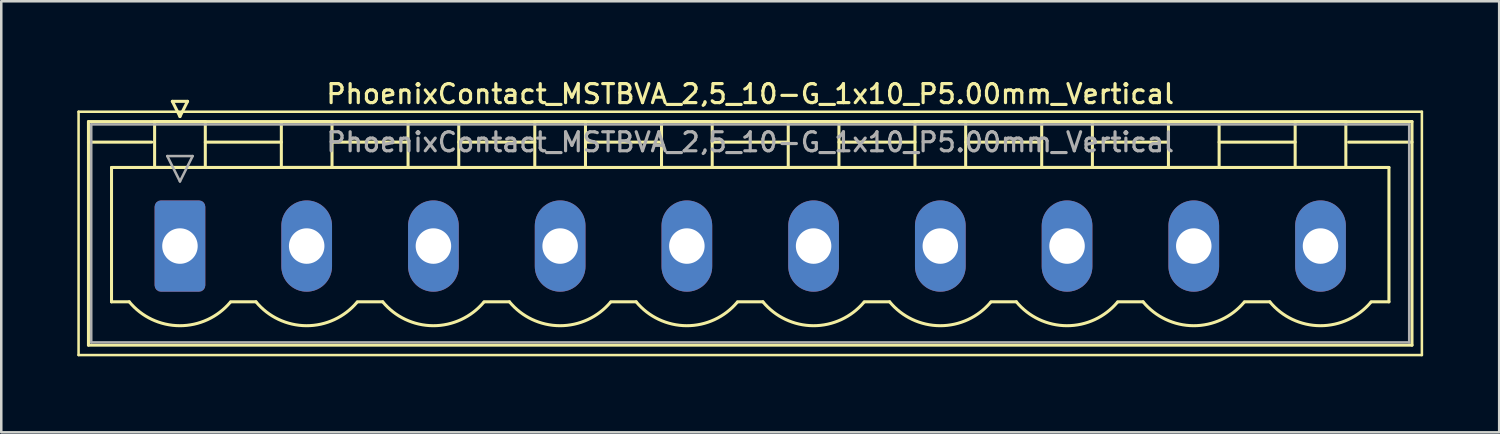
<source format=kicad_pcb>
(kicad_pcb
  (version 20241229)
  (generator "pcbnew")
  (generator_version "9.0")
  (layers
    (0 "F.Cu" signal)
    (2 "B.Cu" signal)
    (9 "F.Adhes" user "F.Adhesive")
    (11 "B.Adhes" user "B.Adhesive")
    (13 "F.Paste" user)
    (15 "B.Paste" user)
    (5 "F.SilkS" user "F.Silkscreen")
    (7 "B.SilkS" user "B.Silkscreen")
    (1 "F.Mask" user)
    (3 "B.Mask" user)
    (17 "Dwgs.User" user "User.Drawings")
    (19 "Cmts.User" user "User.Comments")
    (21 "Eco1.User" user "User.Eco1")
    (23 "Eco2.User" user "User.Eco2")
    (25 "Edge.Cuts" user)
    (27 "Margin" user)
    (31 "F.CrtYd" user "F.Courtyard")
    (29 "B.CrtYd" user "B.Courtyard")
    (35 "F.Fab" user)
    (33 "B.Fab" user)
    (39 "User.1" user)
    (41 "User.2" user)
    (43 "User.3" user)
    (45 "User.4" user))
  (footprint "PhoenixContact_MSTBVA_2,5_10-G_1x10_P5.00mm_Vertical"
    (layer "F.Cu")
    (at 4.05 6.658)
    (property "Reference" "PhoenixContact_MSTBVA_2,5_10-G_1x10_P5.00mm_Vertical" (at 22.5 -6 0) (layer "F.SilkS") (effects (font (size 0.75 0.75) (thickness 0.125))))
    (attr through_hole)
    (fp_line (start -4 -5.3) (end -4 4.3) (stroke (width 0.1) (type solid)) (layer "F.SilkS"))
    (fp_line (start -4 4.3) (end 49 4.3) (stroke (width 0.1) (type solid)) (layer "F.SilkS"))
    (fp_line (start -3.61 -4.91) (end -3.61 3.91) (stroke (width 0.12) (type solid)) (layer "F.SilkS"))
    (fp_line (start -3.61 -4.1) (end -1.11 -4.1) (stroke (width 0.12) (type solid)) (layer "F.SilkS"))
    (fp_line (start -3.61 3.91) (end 48.61 3.91) (stroke (width 0.12) (type solid)) (layer "F.SilkS"))
    (fp_line (start -2.7 -3.1) (end 47.7 -3.1) (stroke (width 0.12) (type solid)) (layer "F.SilkS"))
    (fp_line (start -2.7 2.2) (end -2.7 -3.1) (stroke (width 0.12) (type solid)) (layer "F.SilkS"))
    (fp_line (start -2 2.2) (end -2.7 2.2) (stroke (width 0.12) (type solid)) (layer "F.SilkS"))
    (fp_line (start -1 -4.91) (end 1 -4.91) (stroke (width 0.12) (type solid)) (layer "F.SilkS"))
    (fp_line (start -1 -3.1) (end -1 -4.91) (stroke (width 0.12) (type solid)) (layer "F.SilkS"))
    (fp_line (start -0.3 -5.71) (end 0.3 -5.71) (stroke (width 0.12) (type solid)) (layer "F.SilkS"))
    (fp_line (start 0 -5.11) (end -0.3 -5.71) (stroke (width 0.12) (type solid)) (layer "F.SilkS"))
    (fp_line (start 0.3 -5.71) (end 0 -5.11) (stroke (width 0.12) (type solid)) (layer "F.SilkS"))
    (fp_line (start 1 -4.91) (end 1 -3.1) (stroke (width 0.12) (type solid)) (layer "F.SilkS"))
    (fp_line (start 1 -4.1) (end 4 -4.1) (stroke (width 0.12) (type solid)) (layer "F.SilkS"))
    (fp_line (start 1 -3.1) (end -1 -3.1) (stroke (width 0.12) (type solid)) (layer "F.SilkS"))
    (fp_line (start 2 2.2) (end 3 2.2) (stroke (width 0.12) (type solid)) (layer "F.SilkS"))
    (fp_line (start 4 -4.91) (end 6 -4.91) (stroke (width 0.12) (type solid)) (layer "F.SilkS"))
    (fp_line (start 4 -3.1) (end 4 -4.91) (stroke (width 0.12) (type solid)) (layer "F.SilkS"))
    (fp_line (start 6 -4.91) (end 6 -3.1) (stroke (width 0.12) (type solid)) (layer "F.SilkS"))
    (fp_line (start 6 -4.1) (end 9 -4.1) (stroke (width 0.12) (type solid)) (layer "F.SilkS"))
    (fp_line (start 6 -3.1) (end 4 -3.1) (stroke (width 0.12) (type solid)) (layer "F.SilkS"))
    (fp_line (start 7 2.2) (end 8 2.2) (stroke (width 0.12) (type solid)) (layer "F.SilkS"))
    (fp_line (start 9 -4.91) (end 11 -4.91) (stroke (width 0.12) (type solid)) (layer "F.SilkS"))
    (fp_line (start 9 -3.1) (end 9 -4.91) (stroke (width 0.12) (type solid)) (layer "F.SilkS"))
    (fp_line (start 11 -4.91) (end 11 -3.1) (stroke (width 0.12) (type solid)) (layer "F.SilkS"))
    (fp_line (start 11 -4.1) (end 14 -4.1) (stroke (width 0.12) (type solid)) (layer "F.SilkS"))
    (fp_line (start 11 -3.1) (end 9 -3.1) (stroke (width 0.12) (type solid)) (layer "F.SilkS"))
    (fp_line (start 12 2.2) (end 13 2.2) (stroke (width 0.12) (type solid)) (layer "F.SilkS"))
    (fp_line (start 14 -4.91) (end 16 -4.91) (stroke (width 0.12) (type solid)) (layer "F.SilkS"))
    (fp_line (start 14 -3.1) (end 14 -4.91) (stroke (width 0.12) (type solid)) (layer "F.SilkS"))
    (fp_line (start 16 -4.91) (end 16 -3.1) (stroke (width 0.12) (type solid)) (layer "F.SilkS"))
    (fp_line (start 16 -4.1) (end 19 -4.1) (stroke (width 0.12) (type solid)) (layer "F.SilkS"))
    (fp_line (start 16 -3.1) (end 14 -3.1) (stroke (width 0.12) (type solid)) (layer "F.SilkS"))
    (fp_line (start 17 2.2) (end 18 2.2) (stroke (width 0.12) (type solid)) (layer "F.SilkS"))
    (fp_line (start 19 -4.91) (end 21 -4.91) (stroke (width 0.12) (type solid)) (layer "F.SilkS"))
    (fp_line (start 19 -3.1) (end 19 -4.91) (stroke (width 0.12) (type solid)) (layer "F.SilkS"))
    (fp_line (start 21 -4.91) (end 21 -3.1) (stroke (width 0.12) (type solid)) (layer "F.SilkS"))
    (fp_line (start 21 -4.1) (end 24 -4.1) (stroke (width 0.12) (type solid)) (layer "F.SilkS"))
    (fp_line (start 21 -3.1) (end 19 -3.1) (stroke (width 0.12) (type solid)) (layer "F.SilkS"))
    (fp_line (start 22 2.2) (end 23 2.2) (stroke (width 0.12) (type solid)) (layer "F.SilkS"))
    (fp_line (start 24 -4.91) (end 26 -4.91) (stroke (width 0.12) (type solid)) (layer "F.SilkS"))
    (fp_line (start 24 -3.1) (end 24 -4.91) (stroke (width 0.12) (type solid)) (layer "F.SilkS"))
    (fp_line (start 26 -4.91) (end 26 -3.1) (stroke (width 0.12) (type solid)) (layer "F.SilkS"))
    (fp_line (start 26 -4.1) (end 29 -4.1) (stroke (width 0.12) (type solid)) (layer "F.SilkS"))
    (fp_line (start 26 -3.1) (end 24 -3.1) (stroke (width 0.12) (type solid)) (layer "F.SilkS"))
    (fp_line (start 27 2.2) (end 28 2.2) (stroke (width 0.12) (type solid)) (layer "F.SilkS"))
    (fp_line (start 29 -4.91) (end 31 -4.91) (stroke (width 0.12) (type solid)) (layer "F.SilkS"))
    (fp_line (start 29 -3.1) (end 29 -4.91) (stroke (width 0.12) (type solid)) (layer "F.SilkS"))
    (fp_line (start 31 -4.91) (end 31 -3.1) (stroke (width 0.12) (type solid)) (layer "F.SilkS"))
    (fp_line (start 31 -4.1) (end 34 -4.1) (stroke (width 0.12) (type solid)) (layer "F.SilkS"))
    (fp_line (start 31 -3.1) (end 29 -3.1) (stroke (width 0.12) (type solid)) (layer "F.SilkS"))
    (fp_line (start 32 2.2) (end 33 2.2) (stroke (width 0.12) (type solid)) (layer "F.SilkS"))
    (fp_line (start 34 -4.91) (end 36 -4.91) (stroke (width 0.12) (type solid)) (layer "F.SilkS"))
    (fp_line (start 34 -3.1) (end 34 -4.91) (stroke (width 0.12) (type solid)) (layer "F.SilkS"))
    (fp_line (start 36 -4.91) (end 36 -3.1) (stroke (width 0.12) (type solid)) (layer "F.SilkS"))
    (fp_line (start 36 -4.1) (end 39 -4.1) (stroke (width 0.12) (type solid)) (layer "F.SilkS"))
    (fp_line (start 36 -3.1) (end 34 -3.1) (stroke (width 0.12) (type solid)) (layer "F.SilkS"))
    (fp_line (start 37 2.2) (end 38 2.2) (stroke (width 0.12) (type solid)) (layer "F.SilkS"))
    (fp_line (start 39 -4.91) (end 41 -4.91) (stroke (width 0.12) (type solid)) (layer "F.SilkS"))
    (fp_line (start 39 -3.1) (end 39 -4.91) (stroke (width 0.12) (type solid)) (layer "F.SilkS"))
    (fp_line (start 41 -4.91) (end 41 -3.1) (stroke (width 0.12) (type solid)) (layer "F.SilkS"))
    (fp_line (start 41 -4.1) (end 44 -4.1) (stroke (width 0.12) (type solid)) (layer "F.SilkS"))
    (fp_line (start 41 -3.1) (end 39 -3.1) (stroke (width 0.12) (type solid)) (layer "F.SilkS"))
    (fp_line (start 42 2.2) (end 43 2.2) (stroke (width 0.12) (type solid)) (layer "F.SilkS"))
    (fp_line (start 44 -4.91) (end 46 -4.91) (stroke (width 0.12) (type solid)) (layer "F.SilkS"))
    (fp_line (start 44 -3.1) (end 44 -4.91) (stroke (width 0.12) (type solid)) (layer "F.SilkS"))
    (fp_line (start 46 -4.91) (end 46 -3.1) (stroke (width 0.12) (type solid)) (layer "F.SilkS"))
    (fp_line (start 46 -3.1) (end 44 -3.1) (stroke (width 0.12) (type solid)) (layer "F.SilkS"))
    (fp_line (start 47.7 -3.1) (end 47.7 2.2) (stroke (width 0.12) (type solid)) (layer "F.SilkS"))
    (fp_line (start 47.7 2.2) (end 47 2.2) (stroke (width 0.12) (type solid)) (layer "F.SilkS"))
    (fp_line (start 48.61 -4.91) (end -3.61 -4.91) (stroke (width 0.12) (type solid)) (layer "F.SilkS"))
    (fp_line (start 48.61 -4.1) (end 46.11 -4.1) (stroke (width 0.12) (type solid)) (layer "F.SilkS"))
    (fp_line (start 48.61 3.91) (end 48.61 -4.91) (stroke (width 0.12) (type solid)) (layer "F.SilkS"))
    (fp_line (start 49 -5.3) (end -4 -5.3) (stroke (width 0.1) (type solid)) (layer "F.SilkS"))
    (fp_line (start 49 4.3) (end 49 -5.3) (stroke (width 0.1) (type solid)) (layer "F.SilkS"))
    (fp_arc (start 1.986842 2.215821) (mid -0.010289 3.142758) (end -2 2.2) (stroke (width 0.12) (type solid)) (layer "F.SilkS"))
    (fp_arc (start 6.986842 2.215821) (mid 4.989711 3.142758) (end 3 2.2) (stroke (width 0.12) (type solid)) (layer "F.SilkS"))
    (fp_arc (start 11.986842 2.215821) (mid 9.989711 3.142758) (end 8 2.2) (stroke (width 0.12) (type solid)) (layer "F.SilkS"))
    (fp_arc (start 16.986842 2.215821) (mid 14.989711 3.142758) (end 13 2.2) (stroke (width 0.12) (type solid)) (layer "F.SilkS"))
    (fp_arc (start 21.986842 2.215821) (mid 19.989711 3.142758) (end 18 2.2) (stroke (width 0.12) (type solid)) (layer "F.SilkS"))
    (fp_arc (start 26.986842 2.215821) (mid 24.989711 3.142758) (end 23 2.2) (stroke (width 0.12) (type solid)) (layer "F.SilkS"))
    (fp_arc (start 31.986842 2.215821) (mid 29.989711 3.142758) (end 28 2.2) (stroke (width 0.12) (type solid)) (layer "F.SilkS"))
    (fp_arc (start 36.986842 2.215821) (mid 34.989711 3.142758) (end 33 2.2) (stroke (width 0.12) (type solid)) (layer "F.SilkS"))
    (fp_arc (start 41.986842 2.215821) (mid 39.989711 3.142758) (end 38 2.2) (stroke (width 0.12) (type solid)) (layer "F.SilkS"))
    (fp_arc (start 46.986842 2.215821) (mid 44.989711 3.142758) (end 43 2.2) (stroke (width 0.12) (type solid)) (layer "F.SilkS"))
    (fp_line (start -3.5 -4.8) (end -3.5 3.8) (stroke (width 0.1) (type solid)) (layer "F.Fab"))
    (fp_line (start -3.5 3.8) (end 48.5 3.8) (stroke (width 0.1) (type solid)) (layer "F.Fab"))
    (fp_line (start -0.5 -3.55) (end 0.5 -3.55) (stroke (width 0.1) (type solid)) (layer "F.Fab"))
    (fp_line (start 0 -2.55) (end -0.5 -3.55) (stroke (width 0.1) (type solid)) (layer "F.Fab"))
    (fp_line (start 0.5 -3.55) (end 0 -2.55) (stroke (width 0.1) (type solid)) (layer "F.Fab"))
    (fp_line (start 48.5 -4.8) (end -3.5 -4.8) (stroke (width 0.1) (type solid)) (layer "F.Fab"))
    (fp_line (start 48.5 3.8) (end 48.5 -4.8) (stroke (width 0.1) (type solid)) (layer "F.Fab"))
    (fp_text user "${REFERENCE}" (at 22.5 -4.1 0) (layer "F.Fab") (effects (font (size 0.75 0.75) (thickness 0.125))))
    (pad "1" thru_hole roundrect (at 0 0) (size 2 3.6) (drill 1.4) (layers "*.Cu" "*.Mask") (roundrect_rratio 0.125))
    (pad "2" thru_hole oval (at 5 0) (size 2 3.6) (drill 1.4) (layers "*.Cu" "*.Mask"))
    (pad "3" thru_hole oval (at 10 0) (size 2 3.6) (drill 1.4) (layers "*.Cu" "*.Mask"))
    (pad "4" thru_hole oval (at 15 0) (size 2 3.6) (drill 1.4) (layers "*.Cu" "*.Mask"))
    (pad "5" thru_hole oval (at 20 0) (size 2 3.6) (drill 1.4) (layers "*.Cu" "*.Mask"))
    (pad "6" thru_hole oval (at 25 0) (size 2 3.6) (drill 1.4) (layers "*.Cu" "*.Mask"))
    (pad "7" thru_hole oval (at 30 0) (size 2 3.6) (drill 1.4) (layers "*.Cu" "*.Mask"))
    (pad "8" thru_hole oval (at 35 0) (size 2 3.6) (drill 1.4) (layers "*.Cu" "*.Mask"))
    (pad "9" thru_hole oval (at 40 0) (size 2 3.6) (drill 1.4) (layers "*.Cu" "*.Mask"))
    (pad "10" thru_hole oval (at 45 0) (size 2 3.6) (drill 1.4) (layers "*.Cu" "*.Mask")))
  (gr_rect
    (start -3 -3)
    (end 56.1 14.008)
    (stroke (width 0.1) (type default))
    (fill no)
    (layer "Edge.Cuts")))
</source>
